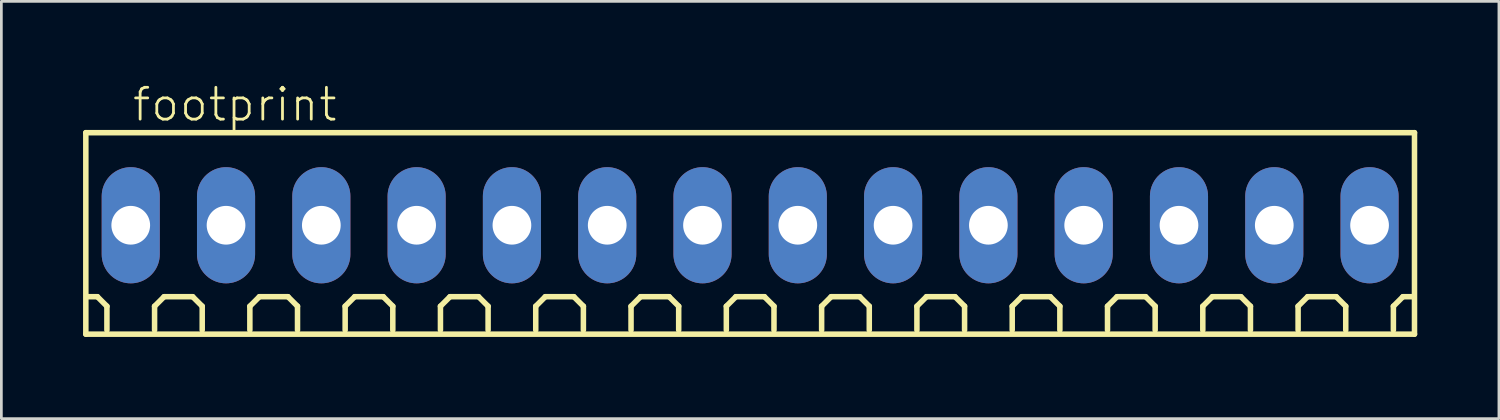
<source format=kicad_pcb>
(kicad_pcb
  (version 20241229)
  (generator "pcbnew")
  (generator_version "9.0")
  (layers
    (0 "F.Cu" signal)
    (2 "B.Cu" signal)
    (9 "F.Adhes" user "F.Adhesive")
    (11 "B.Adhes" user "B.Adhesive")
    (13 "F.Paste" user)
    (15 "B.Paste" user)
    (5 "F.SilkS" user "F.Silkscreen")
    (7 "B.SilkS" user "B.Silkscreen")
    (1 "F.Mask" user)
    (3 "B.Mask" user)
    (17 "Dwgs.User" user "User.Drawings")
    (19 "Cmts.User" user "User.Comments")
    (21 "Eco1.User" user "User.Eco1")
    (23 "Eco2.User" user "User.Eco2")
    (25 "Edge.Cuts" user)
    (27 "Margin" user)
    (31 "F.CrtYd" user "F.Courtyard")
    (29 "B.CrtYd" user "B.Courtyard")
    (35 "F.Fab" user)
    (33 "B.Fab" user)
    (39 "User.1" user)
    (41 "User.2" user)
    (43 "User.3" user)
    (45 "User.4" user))
  (footprint "footprint"
    (layer "F.Cu")
    (at 24.502 5.223)
    (property "Reference" "footprint" (at -22.75 -3.75 0) (layer "F.SilkS") (effects (font (size 1.168 1.168) (thickness 0.102)) (justify left bottom)))
    (fp_line (start -24.4 -3.4) (end 24.4 -3.4) (stroke (width 0.203) (type solid)) (layer "F.SilkS"))
    (fp_line (start -24.4 4) (end -24.4 -3.4) (stroke (width 0.203) (type solid)) (layer "F.SilkS"))
    (fp_line (start -23.975 2.625) (end -24.325 2.625) (stroke (width 0.203) (type solid)) (layer "F.SilkS"))
    (fp_line (start -23.625 2.975) (end -23.975 2.625) (stroke (width 0.203) (type solid)) (layer "F.SilkS"))
    (fp_line (start -23.625 3.85) (end -23.625 2.975) (stroke (width 0.203) (type solid)) (layer "F.SilkS"))
    (fp_line (start -21.875 2.975) (end -21.525 2.625) (stroke (width 0.203) (type solid)) (layer "F.SilkS"))
    (fp_line (start -21.875 3.85) (end -21.875 2.975) (stroke (width 0.203) (type solid)) (layer "F.SilkS"))
    (fp_line (start -21.525 2.625) (end -20.475 2.625) (stroke (width 0.203) (type solid)) (layer "F.SilkS"))
    (fp_line (start -20.475 2.625) (end -20.125 2.975) (stroke (width 0.203) (type solid)) (layer "F.SilkS"))
    (fp_line (start -20.125 2.975) (end -20.125 3.85) (stroke (width 0.203) (type solid)) (layer "F.SilkS"))
    (fp_line (start -18.375 2.975) (end -18.025 2.625) (stroke (width 0.203) (type solid)) (layer "F.SilkS"))
    (fp_line (start -18.375 3.85) (end -18.375 2.975) (stroke (width 0.203) (type solid)) (layer "F.SilkS"))
    (fp_line (start -18.025 2.625) (end -16.975 2.625) (stroke (width 0.203) (type solid)) (layer "F.SilkS"))
    (fp_line (start -16.975 2.625) (end -16.625 2.975) (stroke (width 0.203) (type solid)) (layer "F.SilkS"))
    (fp_line (start -16.625 2.975) (end -16.625 3.85) (stroke (width 0.203) (type solid)) (layer "F.SilkS"))
    (fp_line (start -14.875 2.975) (end -14.525 2.625) (stroke (width 0.203) (type solid)) (layer "F.SilkS"))
    (fp_line (start -14.875 3.85) (end -14.875 2.975) (stroke (width 0.203) (type solid)) (layer "F.SilkS"))
    (fp_line (start -14.525 2.625) (end -13.475 2.625) (stroke (width 0.203) (type solid)) (layer "F.SilkS"))
    (fp_line (start -13.475 2.625) (end -13.125 2.975) (stroke (width 0.203) (type solid)) (layer "F.SilkS"))
    (fp_line (start -13.125 2.975) (end -13.125 3.85) (stroke (width 0.203) (type solid)) (layer "F.SilkS"))
    (fp_line (start -11.375 2.975) (end -11.025 2.625) (stroke (width 0.203) (type solid)) (layer "F.SilkS"))
    (fp_line (start -11.375 3.85) (end -11.375 2.975) (stroke (width 0.203) (type solid)) (layer "F.SilkS"))
    (fp_line (start -11.025 2.625) (end -9.975 2.625) (stroke (width 0.203) (type solid)) (layer "F.SilkS"))
    (fp_line (start -9.975 2.625) (end -9.625 2.975) (stroke (width 0.203) (type solid)) (layer "F.SilkS"))
    (fp_line (start -9.625 2.975) (end -9.625 3.85) (stroke (width 0.203) (type solid)) (layer "F.SilkS"))
    (fp_line (start -7.875 2.975) (end -7.525 2.625) (stroke (width 0.203) (type solid)) (layer "F.SilkS"))
    (fp_line (start -7.875 3.85) (end -7.875 2.975) (stroke (width 0.203) (type solid)) (layer "F.SilkS"))
    (fp_line (start -7.525 2.625) (end -6.475 2.625) (stroke (width 0.203) (type solid)) (layer "F.SilkS"))
    (fp_line (start -6.475 2.625) (end -6.125 2.975) (stroke (width 0.203) (type solid)) (layer "F.SilkS"))
    (fp_line (start -6.125 2.975) (end -6.125 3.85) (stroke (width 0.203) (type solid)) (layer "F.SilkS"))
    (fp_line (start -4.375 2.975) (end -4.025 2.625) (stroke (width 0.203) (type solid)) (layer "F.SilkS"))
    (fp_line (start -4.375 3.85) (end -4.375 2.975) (stroke (width 0.203) (type solid)) (layer "F.SilkS"))
    (fp_line (start -4.025 2.625) (end -2.975 2.625) (stroke (width 0.203) (type solid)) (layer "F.SilkS"))
    (fp_line (start -2.975 2.625) (end -2.625 2.975) (stroke (width 0.203) (type solid)) (layer "F.SilkS"))
    (fp_line (start -2.625 2.975) (end -2.625 3.85) (stroke (width 0.203) (type solid)) (layer "F.SilkS"))
    (fp_line (start -0.875 2.975) (end -0.525 2.625) (stroke (width 0.203) (type solid)) (layer "F.SilkS"))
    (fp_line (start -0.875 3.85) (end -0.875 2.975) (stroke (width 0.203) (type solid)) (layer "F.SilkS"))
    (fp_line (start -0.525 2.625) (end 0.525 2.625) (stroke (width 0.203) (type solid)) (layer "F.SilkS"))
    (fp_line (start 0.525 2.625) (end 0.875 2.975) (stroke (width 0.203) (type solid)) (layer "F.SilkS"))
    (fp_line (start 0.875 2.975) (end 0.875 3.85) (stroke (width 0.203) (type solid)) (layer "F.SilkS"))
    (fp_line (start 2.625 2.975) (end 2.975 2.625) (stroke (width 0.203) (type solid)) (layer "F.SilkS"))
    (fp_line (start 2.625 3.85) (end 2.625 2.975) (stroke (width 0.203) (type solid)) (layer "F.SilkS"))
    (fp_line (start 2.975 2.625) (end 4.025 2.625) (stroke (width 0.203) (type solid)) (layer "F.SilkS"))
    (fp_line (start 4.025 2.625) (end 4.375 2.975) (stroke (width 0.203) (type solid)) (layer "F.SilkS"))
    (fp_line (start 4.375 2.975) (end 4.375 3.85) (stroke (width 0.203) (type solid)) (layer "F.SilkS"))
    (fp_line (start 6.125 2.975) (end 6.475 2.625) (stroke (width 0.203) (type solid)) (layer "F.SilkS"))
    (fp_line (start 6.125 3.85) (end 6.125 2.975) (stroke (width 0.203) (type solid)) (layer "F.SilkS"))
    (fp_line (start 6.475 2.625) (end 7.525 2.625) (stroke (width 0.203) (type solid)) (layer "F.SilkS"))
    (fp_line (start 7.525 2.625) (end 7.875 2.975) (stroke (width 0.203) (type solid)) (layer "F.SilkS"))
    (fp_line (start 7.875 2.975) (end 7.875 3.85) (stroke (width 0.203) (type solid)) (layer "F.SilkS"))
    (fp_line (start 9.625 2.975) (end 9.975 2.625) (stroke (width 0.203) (type solid)) (layer "F.SilkS"))
    (fp_line (start 9.625 3.85) (end 9.625 2.975) (stroke (width 0.203) (type solid)) (layer "F.SilkS"))
    (fp_line (start 9.975 2.625) (end 11.025 2.625) (stroke (width 0.203) (type solid)) (layer "F.SilkS"))
    (fp_line (start 11.025 2.625) (end 11.375 2.975) (stroke (width 0.203) (type solid)) (layer "F.SilkS"))
    (fp_line (start 11.375 2.975) (end 11.375 3.85) (stroke (width 0.203) (type solid)) (layer "F.SilkS"))
    (fp_line (start 13.125 2.975) (end 13.475 2.625) (stroke (width 0.203) (type solid)) (layer "F.SilkS"))
    (fp_line (start 13.125 3.85) (end 13.125 2.975) (stroke (width 0.203) (type solid)) (layer "F.SilkS"))
    (fp_line (start 13.475 2.625) (end 14.525 2.625) (stroke (width 0.203) (type solid)) (layer "F.SilkS"))
    (fp_line (start 14.525 2.625) (end 14.875 2.975) (stroke (width 0.203) (type solid)) (layer "F.SilkS"))
    (fp_line (start 14.875 2.975) (end 14.875 3.85) (stroke (width 0.203) (type solid)) (layer "F.SilkS"))
    (fp_line (start 16.625 2.975) (end 16.975 2.625) (stroke (width 0.203) (type solid)) (layer "F.SilkS"))
    (fp_line (start 16.625 3.85) (end 16.625 2.975) (stroke (width 0.203) (type solid)) (layer "F.SilkS"))
    (fp_line (start 16.975 2.625) (end 18.025 2.625) (stroke (width 0.203) (type solid)) (layer "F.SilkS"))
    (fp_line (start 18.025 2.625) (end 18.375 2.975) (stroke (width 0.203) (type solid)) (layer "F.SilkS"))
    (fp_line (start 18.375 2.975) (end 18.375 3.85) (stroke (width 0.203) (type solid)) (layer "F.SilkS"))
    (fp_line (start 20.125 2.975) (end 20.475 2.625) (stroke (width 0.203) (type solid)) (layer "F.SilkS"))
    (fp_line (start 20.125 3.85) (end 20.125 2.975) (stroke (width 0.203) (type solid)) (layer "F.SilkS"))
    (fp_line (start 20.475 2.625) (end 21.525 2.625) (stroke (width 0.203) (type solid)) (layer "F.SilkS"))
    (fp_line (start 21.525 2.625) (end 21.875 2.975) (stroke (width 0.203) (type solid)) (layer "F.SilkS"))
    (fp_line (start 21.875 2.975) (end 21.875 3.85) (stroke (width 0.203) (type solid)) (layer "F.SilkS"))
    (fp_line (start 23.625 2.975) (end 23.975 2.625) (stroke (width 0.203) (type solid)) (layer "F.SilkS"))
    (fp_line (start 23.625 3.85) (end 23.625 2.975) (stroke (width 0.203) (type solid)) (layer "F.SilkS"))
    (fp_line (start 24.325 2.625) (end 23.975 2.625) (stroke (width 0.203) (type solid)) (layer "F.SilkS"))
    (fp_line (start 24.4 -3.4) (end 24.4 4) (stroke (width 0.203) (type solid)) (layer "F.SilkS"))
    (fp_line (start 24.4 4) (end -24.4 4) (stroke (width 0.203) (type solid)) (layer "F.SilkS"))
    (pad "1" thru_hole oval (at -22.75 0 90) (size 4.267 2.134) (drill 1.422) (layers "*.Cu" "*.Mask"))
    (pad "2" thru_hole oval (at -19.25 0 90) (size 4.267 2.134) (drill 1.422) (layers "*.Cu" "*.Mask"))
    (pad "3" thru_hole oval (at -15.75 0 90) (size 4.267 2.134) (drill 1.422) (layers "*.Cu" "*.Mask"))
    (pad "4" thru_hole oval (at -12.25 0 90) (size 4.267 2.134) (drill 1.422) (layers "*.Cu" "*.Mask"))
    (pad "5" thru_hole oval (at -8.75 0 90) (size 4.267 2.134) (drill 1.422) (layers "*.Cu" "*.Mask"))
    (pad "6" thru_hole oval (at -5.25 0 90) (size 4.267 2.134) (drill 1.422) (layers "*.Cu" "*.Mask"))
    (pad "7" thru_hole oval (at -1.75 0 90) (size 4.267 2.134) (drill 1.422) (layers "*.Cu" "*.Mask"))
    (pad "8" thru_hole oval (at 1.75 0 90) (size 4.267 2.134) (drill 1.422) (layers "*.Cu" "*.Mask"))
    (pad "9" thru_hole oval (at 5.25 0 90) (size 4.267 2.134) (drill 1.422) (layers "*.Cu" "*.Mask"))
    (pad "10" thru_hole oval (at 8.75 0 90) (size 4.267 2.134) (drill 1.422) (layers "*.Cu" "*.Mask"))
    (pad "11" thru_hole oval (at 12.25 0 90) (size 4.267 2.134) (drill 1.422) (layers "*.Cu" "*.Mask"))
    (pad "12" thru_hole oval (at 15.75 0 90) (size 4.267 2.134) (drill 1.422) (layers "*.Cu" "*.Mask"))
    (pad "13" thru_hole oval (at 19.25 0 90) (size 4.267 2.134) (drill 1.422) (layers "*.Cu" "*.Mask"))
    (pad "14" thru_hole oval (at 22.75 0 90) (size 4.267 2.134) (drill 1.422) (layers "*.Cu" "*.Mask")))
  (gr_rect
    (start -3 -3)
    (end 52.003 12.325)
    (stroke (width 0.1) (type default))
    (fill no)
    (layer "Edge.Cuts")))
</source>
